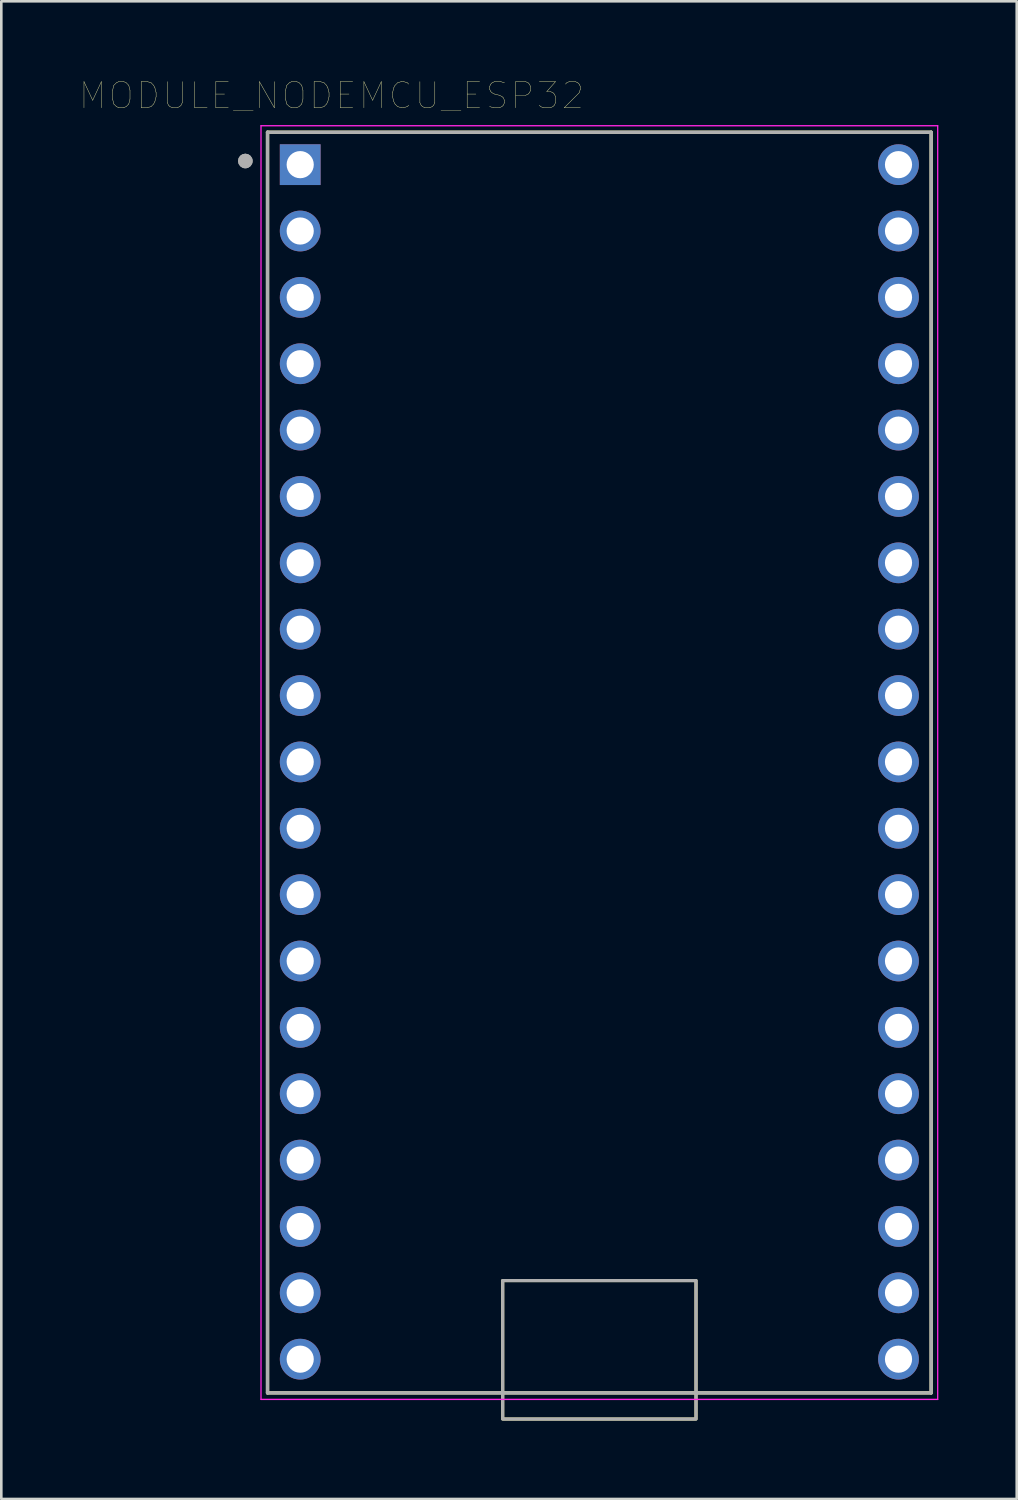
<source format=kicad_pcb>
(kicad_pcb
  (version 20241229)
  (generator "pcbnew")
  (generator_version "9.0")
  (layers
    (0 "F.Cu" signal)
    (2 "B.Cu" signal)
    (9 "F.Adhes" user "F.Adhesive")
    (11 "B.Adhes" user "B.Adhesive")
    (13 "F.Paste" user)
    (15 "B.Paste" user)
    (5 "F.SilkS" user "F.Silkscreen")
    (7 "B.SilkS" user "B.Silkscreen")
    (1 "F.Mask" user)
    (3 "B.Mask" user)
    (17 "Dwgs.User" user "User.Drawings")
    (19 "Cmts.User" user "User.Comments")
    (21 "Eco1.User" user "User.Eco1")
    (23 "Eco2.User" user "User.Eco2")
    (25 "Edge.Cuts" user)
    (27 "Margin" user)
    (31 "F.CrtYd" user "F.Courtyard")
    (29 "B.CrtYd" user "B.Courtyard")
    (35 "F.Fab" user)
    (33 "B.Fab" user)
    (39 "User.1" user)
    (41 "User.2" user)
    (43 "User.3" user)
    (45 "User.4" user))
  (footprint "MODULE_NODEMCU_ESP32"
    (layer "F.Cu")
    (at 19.89 23.012)
    (property "Reference" "MODULE_NODEMCU_ESP32" (at -10.25 -22.4 0) (layer "F.SilkS") (effects (font (size 1 1) (thickness 0.015))))
    (attr through_hole)
    (fp_line (start -12.7 -21) (end 12.7 -21) (stroke (width 0.127) (type solid)) (layer "F.SilkS"))
    (fp_line (start -12.7 27.25) (end -12.7 -21) (stroke (width 0.127) (type solid)) (layer "F.SilkS"))
    (fp_line (start 12.7 -21) (end 12.7 27.25) (stroke (width 0.127) (type solid)) (layer "F.SilkS"))
    (fp_line (start 12.7 27.25) (end -12.7 27.25) (stroke (width 0.127) (type solid)) (layer "F.SilkS"))
    (fp_rect (start -3.7 22.95) (end 3.7 28.25) (stroke (width 0.12) (type solid)) (fill no) (layer "F.SilkS"))
    (fp_line (start -12.95 -21.25) (end 12.95 -21.25) (stroke (width 0.05) (type solid)) (layer "F.CrtYd"))
    (fp_line (start -12.95 27.5) (end -12.95 -21.25) (stroke (width 0.05) (type solid)) (layer "F.CrtYd"))
    (fp_line (start 12.95 -21.25) (end 12.95 27.5) (stroke (width 0.05) (type solid)) (layer "F.CrtYd"))
    (fp_line (start 12.95 27.5) (end -12.95 27.5) (stroke (width 0.05) (type solid)) (layer "F.CrtYd"))
    (fp_line (start -12.7 -21) (end 12.7 -21) (stroke (width 0.127) (type solid)) (layer "F.Fab"))
    (fp_line (start -12.7 27.25) (end -12.7 -21) (stroke (width 0.127) (type solid)) (layer "F.Fab"))
    (fp_line (start 12.7 -21) (end 12.7 27.25) (stroke (width 0.127) (type solid)) (layer "F.Fab"))
    (fp_line (start 12.7 27.25) (end -12.7 27.25) (stroke (width 0.127) (type solid)) (layer "F.Fab"))
    (fp_rect (start -3.7 22.95) (end 3.7 28.25) (stroke (width 0.12) (type solid)) (fill no) (layer "F.Fab"))
    (fp_circle (center -13.55 -19.9) (end -13.41 -19.9) (stroke (width 0.28) (type solid)) (fill no) (layer "F.Fab"))
    (fp_circle (center -13.55 -19.9) (end -13.41 -19.9) (stroke (width 0.28) (type solid)) (fill no) (layer "F.Fab"))
    (pad "1" thru_hole rect (at -11.45 -19.76) (size 1.56 1.56) (drill 1.04) (layers "*.Cu" "*.Mask"))
    (pad "2" thru_hole circle (at -11.45 -17.22) (size 1.56 1.56) (drill 1.04) (layers "*.Cu" "*.Mask"))
    (pad "3" thru_hole circle (at -11.45 -14.68) (size 1.56 1.56) (drill 1.04) (layers "*.Cu" "*.Mask"))
    (pad "4" thru_hole circle (at -11.45 -12.14) (size 1.56 1.56) (drill 1.04) (layers "*.Cu" "*.Mask"))
    (pad "5" thru_hole circle (at -11.45 -9.6) (size 1.56 1.56) (drill 1.04) (layers "*.Cu" "*.Mask"))
    (pad "6" thru_hole circle (at -11.45 -7.06) (size 1.56 1.56) (drill 1.04) (layers "*.Cu" "*.Mask"))
    (pad "7" thru_hole circle (at -11.45 -4.52) (size 1.56 1.56) (drill 1.04) (layers "*.Cu" "*.Mask"))
    (pad "8" thru_hole circle (at -11.45 -1.98) (size 1.56 1.56) (drill 1.04) (layers "*.Cu" "*.Mask"))
    (pad "9" thru_hole circle (at -11.45 0.56) (size 1.56 1.56) (drill 1.04) (layers "*.Cu" "*.Mask"))
    (pad "10" thru_hole circle (at -11.45 3.1) (size 1.56 1.56) (drill 1.04) (layers "*.Cu" "*.Mask"))
    (pad "11" thru_hole circle (at -11.45 5.64) (size 1.56 1.56) (drill 1.04) (layers "*.Cu" "*.Mask"))
    (pad "12" thru_hole circle (at -11.45 8.18) (size 1.56 1.56) (drill 1.04) (layers "*.Cu" "*.Mask"))
    (pad "13" thru_hole circle (at -11.45 10.72) (size 1.56 1.56) (drill 1.04) (layers "*.Cu" "*.Mask"))
    (pad "14" thru_hole circle (at -11.45 13.26) (size 1.56 1.56) (drill 1.04) (layers "*.Cu" "*.Mask"))
    (pad "15" thru_hole circle (at -11.45 15.8) (size 1.56 1.56) (drill 1.04) (layers "*.Cu" "*.Mask"))
    (pad "16" thru_hole circle (at -11.45 18.34) (size 1.56 1.56) (drill 1.04) (layers "*.Cu" "*.Mask"))
    (pad "17" thru_hole circle (at -11.45 20.88) (size 1.56 1.56) (drill 1.04) (layers "*.Cu" "*.Mask"))
    (pad "18" thru_hole circle (at -11.45 23.42) (size 1.56 1.56) (drill 1.04) (layers "*.Cu" "*.Mask"))
    (pad "19" thru_hole circle (at -11.45 25.96) (size 1.56 1.56) (drill 1.04) (layers "*.Cu" "*.Mask"))
    (pad "20" thru_hole circle (at 11.45 -19.76) (size 1.56 1.56) (drill 1.04) (layers "*.Cu" "*.Mask"))
    (pad "21" thru_hole circle (at 11.45 -17.22) (size 1.56 1.56) (drill 1.04) (layers "*.Cu" "*.Mask"))
    (pad "22" thru_hole circle (at 11.45 -14.68) (size 1.56 1.56) (drill 1.04) (layers "*.Cu" "*.Mask"))
    (pad "23" thru_hole circle (at 11.45 -12.14) (size 1.56 1.56) (drill 1.04) (layers "*.Cu" "*.Mask"))
    (pad "24" thru_hole circle (at 11.45 -9.6) (size 1.56 1.56) (drill 1.04) (layers "*.Cu" "*.Mask"))
    (pad "25" thru_hole circle (at 11.45 -7.06) (size 1.56 1.56) (drill 1.04) (layers "*.Cu" "*.Mask"))
    (pad "26" thru_hole circle (at 11.45 -4.52) (size 1.56 1.56) (drill 1.04) (layers "*.Cu" "*.Mask"))
    (pad "27" thru_hole circle (at 11.45 -1.98) (size 1.56 1.56) (drill 1.04) (layers "*.Cu" "*.Mask"))
    (pad "28" thru_hole circle (at 11.45 0.56) (size 1.56 1.56) (drill 1.04) (layers "*.Cu" "*.Mask"))
    (pad "29" thru_hole circle (at 11.45 3.1) (size 1.56 1.56) (drill 1.04) (layers "*.Cu" "*.Mask"))
    (pad "30" thru_hole circle (at 11.45 5.64) (size 1.56 1.56) (drill 1.04) (layers "*.Cu" "*.Mask"))
    (pad "31" thru_hole circle (at 11.45 8.18) (size 1.56 1.56) (drill 1.04) (layers "*.Cu" "*.Mask"))
    (pad "32" thru_hole circle (at 11.45 10.72) (size 1.56 1.56) (drill 1.04) (layers "*.Cu" "*.Mask"))
    (pad "33" thru_hole circle (at 11.45 13.26) (size 1.56 1.56) (drill 1.04) (layers "*.Cu" "*.Mask"))
    (pad "34" thru_hole circle (at 11.45 15.8) (size 1.56 1.56) (drill 1.04) (layers "*.Cu" "*.Mask"))
    (pad "35" thru_hole circle (at 11.45 18.34) (size 1.56 1.56) (drill 1.04) (layers "*.Cu" "*.Mask"))
    (pad "36" thru_hole circle (at 11.45 20.88) (size 1.56 1.56) (drill 1.04) (layers "*.Cu" "*.Mask"))
    (pad "37" thru_hole circle (at 11.45 23.42) (size 1.56 1.56) (drill 1.04) (layers "*.Cu" "*.Mask"))
    (pad "38" thru_hole circle (at 11.45 25.96) (size 1.56 1.56) (drill 1.04) (layers "*.Cu" "*.Mask")))
  (gr_rect
    (start -3 -3)
    (end 35.865 54.322)
    (stroke (width 0.1) (type default))
    (fill no)
    (layer "Edge.Cuts")))
</source>
